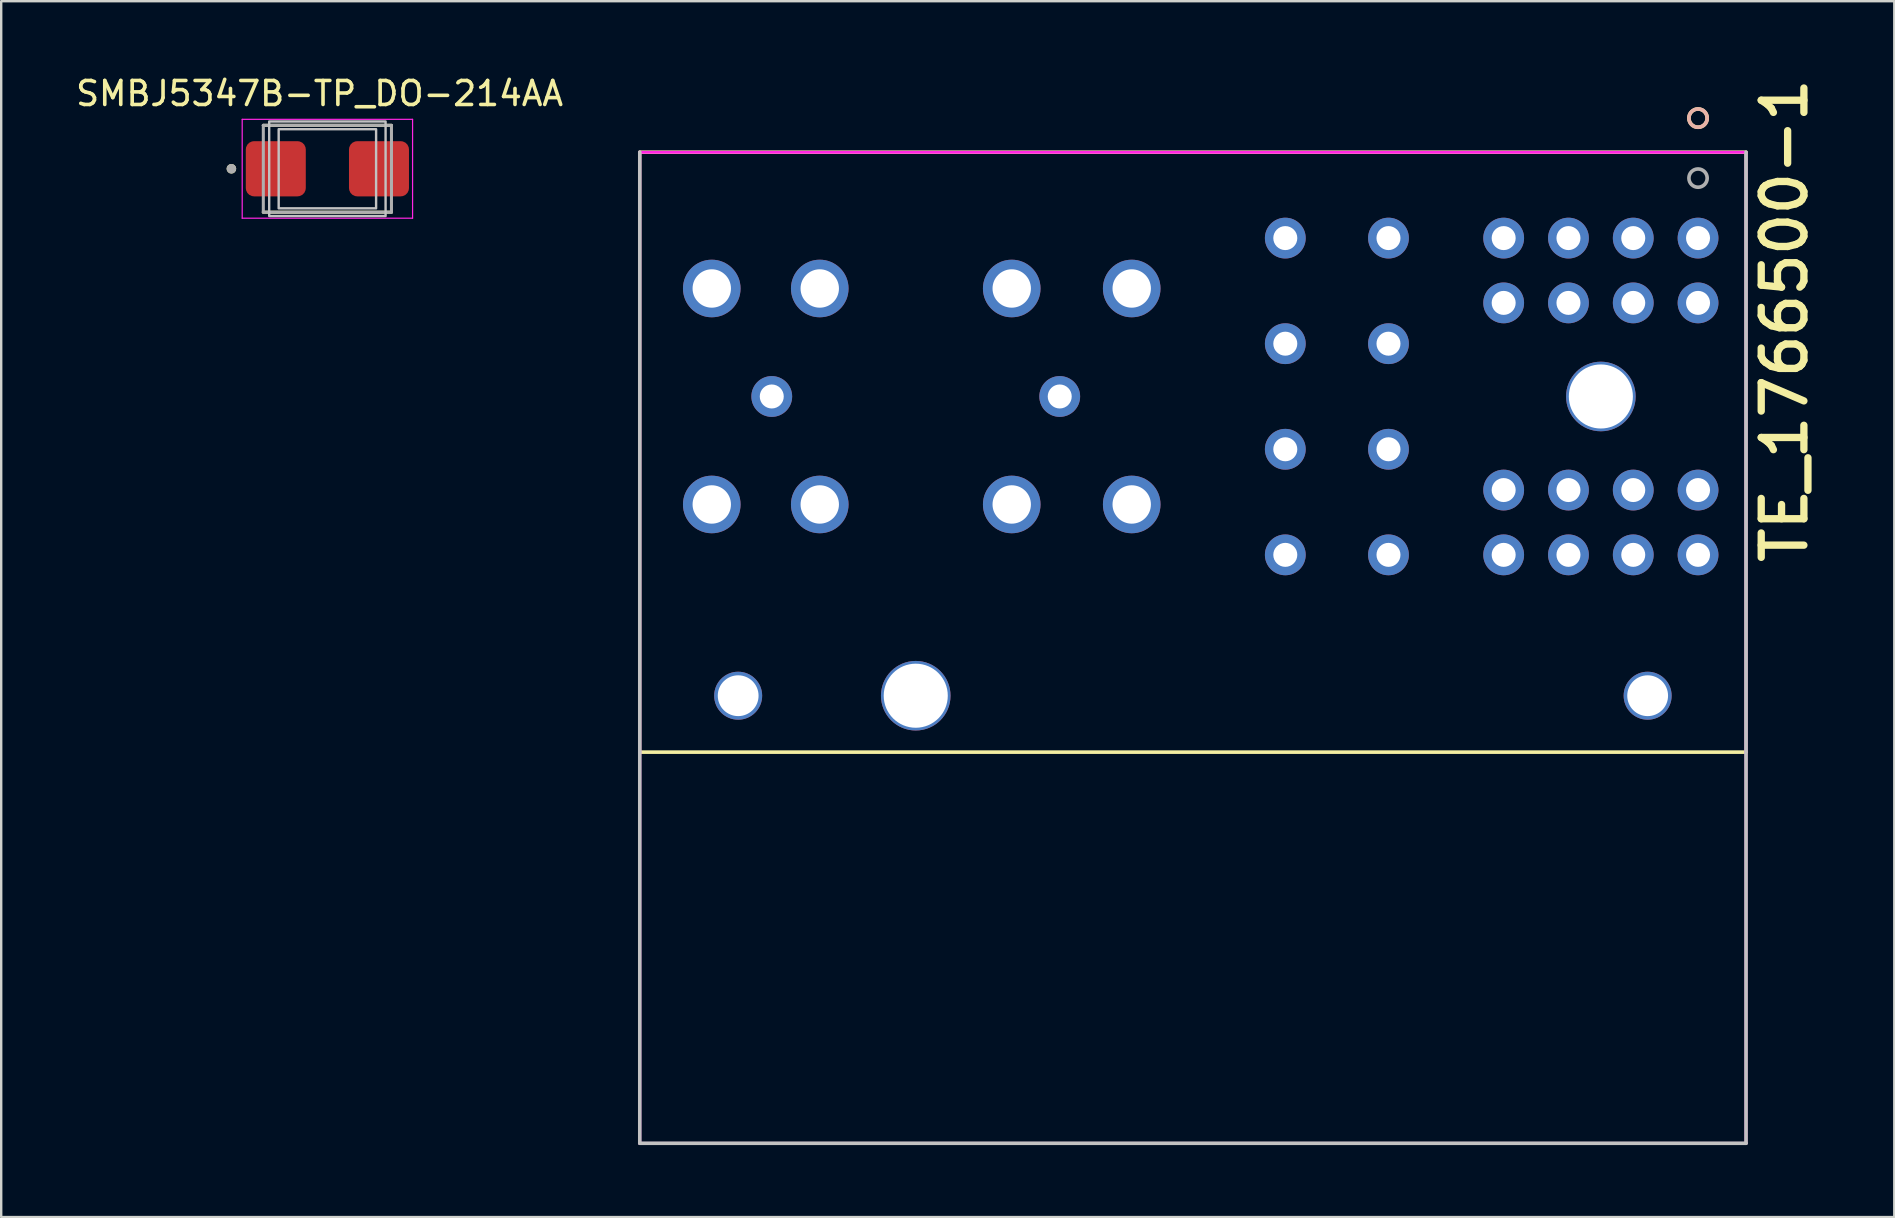
<source format=kicad_pcb>
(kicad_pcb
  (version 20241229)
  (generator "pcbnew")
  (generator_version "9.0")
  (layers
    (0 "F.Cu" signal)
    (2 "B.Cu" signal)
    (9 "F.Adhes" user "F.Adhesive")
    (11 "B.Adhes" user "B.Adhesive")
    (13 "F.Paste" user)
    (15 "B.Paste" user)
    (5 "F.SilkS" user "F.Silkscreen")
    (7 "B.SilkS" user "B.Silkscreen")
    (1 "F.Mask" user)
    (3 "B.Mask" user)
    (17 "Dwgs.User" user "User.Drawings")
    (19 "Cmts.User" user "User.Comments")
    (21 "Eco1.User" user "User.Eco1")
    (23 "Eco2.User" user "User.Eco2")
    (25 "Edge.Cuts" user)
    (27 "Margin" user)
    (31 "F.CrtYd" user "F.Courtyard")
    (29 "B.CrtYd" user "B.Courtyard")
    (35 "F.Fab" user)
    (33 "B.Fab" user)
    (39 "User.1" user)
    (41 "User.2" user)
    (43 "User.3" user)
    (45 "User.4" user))
  (footprint "SMBJ5347B-TP_DO-214AA"
    (layer "F.Cu")
    (at 10.593 3.983)
    (property "Reference" "SMBJ5347B-TP_DO-214AA" (at -0.325 -3.135 0) (layer "F.SilkS") (effects (font (size 1 1) (thickness 0.15))))
    (attr smd)
    (fp_line (start -2.67 -1.81) (end 2.67 -1.81) (stroke (width 0.127) (type solid)) (layer "F.SilkS"))
    (fp_line (start 2.67 1.81) (end -2.67 1.81) (stroke (width 0.127) (type solid)) (layer "F.SilkS"))
    (fp_circle (center -4 0) (end -3.9 0) (stroke (width 0.2) (type solid)) (fill no) (layer "F.SilkS"))
    (fp_rect (start -2.425 -1.97) (end 2.425 1.97) (stroke (width 0.1) (type default)) (fill no) (layer "Dwgs.User"))
    (fp_rect (start -2.03 -1.65) (end 2.03 1.65) (stroke (width 0.1) (type default)) (fill no) (layer "Dwgs.User"))
    (fp_line (start -3.55 -2.06) (end 3.55 -2.06) (stroke (width 0.05) (type solid)) (layer "F.CrtYd"))
    (fp_line (start -3.55 2.06) (end -3.55 -2.06) (stroke (width 0.05) (type solid)) (layer "F.CrtYd"))
    (fp_line (start 3.55 -2.06) (end 3.55 2.06) (stroke (width 0.05) (type solid)) (layer "F.CrtYd"))
    (fp_line (start 3.55 2.06) (end -3.55 2.06) (stroke (width 0.05) (type solid)) (layer "F.CrtYd"))
    (fp_line (start -2.67 -1.81) (end 2.67 -1.81) (stroke (width 0.127) (type solid)) (layer "F.Fab"))
    (fp_line (start -2.67 1.81) (end -2.67 -1.81) (stroke (width 0.127) (type solid)) (layer "F.Fab"))
    (fp_line (start 2.67 -1.81) (end 2.67 1.81) (stroke (width 0.127) (type solid)) (layer "F.Fab"))
    (fp_line (start 2.67 1.81) (end -2.67 1.81) (stroke (width 0.127) (type solid)) (layer "F.Fab"))
    (fp_circle (center -4 0) (end -3.9 0) (stroke (width 0.2) (type solid)) (fill no) (layer "F.Fab"))
    (pad "1" smd roundrect (at -2.15 0) (size 2.5 2.3) (layers "F.Cu" "F.Mask" "F.Paste") (roundrect_rratio 0.15))
    (pad "2" smd roundrect (at 2.15 0) (size 2.5 2.3) (layers "F.Cu" "F.Mask" "F.Paste") (roundrect_rratio 0.15)))
  (footprint "TE_1766500-1"
    (layer "F.Cu")
    (at 67.711 6.872)
    (property "Reference" "TE_1766500-1" (at 3.604 3.44 270) (layer "F.SilkS") (effects (font (size 1.778 1.778) (thickness 0.305))))
    (attr through_hole)
    (fp_line (start -44.1 21.42) (end -44.1 -3.58) (stroke (width 0.12) (type solid)) (layer "F.SilkS"))
    (fp_line (start 2 -3.58) (end -44.1 -3.58) (stroke (width 0.15) (type solid)) (layer "F.SilkS"))
    (fp_line (start 2 -3.58) (end 2 21.42) (stroke (width 0.12) (type solid)) (layer "F.SilkS"))
    (fp_line (start 2 21.42) (end -44.1 21.42) (stroke (width 0.15) (type solid)) (layer "F.SilkS"))
    (fp_circle (center 0 -5) (end 0.381 -5) (stroke (width 0.152) (type solid)) (fill no) (layer "F.SilkS"))
    (fp_circle (center 0 -5) (end 0.381 -5) (stroke (width 0.152) (type solid)) (fill no) (layer "B.SilkS"))
    (fp_line (start -44.1 -3.58) (end -44.1 37.72) (stroke (width 0.15) (type solid)) (layer "Dwgs.User"))
    (fp_line (start 2 -3.58) (end 2 37.72) (stroke (width 0.15) (type solid)) (layer "Dwgs.User"))
    (fp_line (start 2 37.72) (end -44.1 37.72) (stroke (width 0.15) (type solid)) (layer "Dwgs.User"))
    (fp_line (start -44.1 -3.575) (end 2 -3.575) (stroke (width 0.12) (type solid)) (layer "F.CrtYd"))
    (fp_line (start -44.1 37.725) (end -44.1 -3.575) (stroke (width 0.12) (type solid)) (layer "F.CrtYd"))
    (fp_line (start 2 -3.575) (end 2 37.725) (stroke (width 0.12) (type solid)) (layer "F.CrtYd"))
    (fp_line (start 2 37.725) (end -44.1 37.725) (stroke (width 0.12) (type solid)) (layer "F.CrtYd"))
    (fp_circle (center 0 -2.5) (end 0.381 -2.5) (stroke (width 0.152) (type solid)) (fill no) (layer "F.Fab"))
    (pad "" np_thru_hole circle (at -40 19.07) (size 2 2) (drill 1.7) (layers "*.Cu" "*.Mask"))
    (pad "" np_thru_hole circle (at -32.6 19.07) (size 2.9 2.9) (drill 2.67) (layers "*.Cu" "*.Mask"))
    (pad "" np_thru_hole circle (at -4.05 6.6) (size 2.9 2.9) (drill 2.67) (layers "*.Cu" "*.Mask"))
    (pad "" np_thru_hole circle (at -2.1 19.07) (size 2 2) (drill 1.7) (layers "*.Cu" "*.Mask"))
    (pad "1" thru_hole circle (at 0 0) (size 1.7 1.7) (drill 1) (layers "*.Cu" "*.Mask"))
    (pad "2" thru_hole circle (at 0 2.7) (size 1.7 1.7) (drill 1) (layers "*.Cu" "*.Mask"))
    (pad "3" thru_hole circle (at 0 10.5) (size 1.7 1.7) (drill 1) (layers "*.Cu" "*.Mask"))
    (pad "4" thru_hole circle (at 0 13.2) (size 1.7 1.7) (drill 1) (layers "*.Cu" "*.Mask"))
    (pad "5" thru_hole circle (at -2.7 0) (size 1.7 1.7) (drill 1) (layers "*.Cu" "*.Mask"))
    (pad "6" thru_hole circle (at -2.7 2.7) (size 1.7 1.7) (drill 1) (layers "*.Cu" "*.Mask"))
    (pad "7" thru_hole circle (at -2.7 10.5) (size 1.7 1.7) (drill 1) (layers "*.Cu" "*.Mask"))
    (pad "8" thru_hole circle (at -2.7 13.2) (size 1.7 1.7) (drill 1) (layers "*.Cu" "*.Mask"))
    (pad "9" thru_hole circle (at -5.4 0) (size 1.7 1.7) (drill 1) (layers "*.Cu" "*.Mask"))
    (pad "10" thru_hole circle (at -5.4 2.7) (size 1.7 1.7) (drill 1) (layers "*.Cu" "*.Mask"))
    (pad "11" thru_hole circle (at -5.4 10.5) (size 1.7 1.7) (drill 1) (layers "*.Cu" "*.Mask"))
    (pad "12" thru_hole circle (at -5.4 13.2) (size 1.7 1.7) (drill 1) (layers "*.Cu" "*.Mask"))
    (pad "13" thru_hole circle (at -8.1 0) (size 1.7 1.7) (drill 1) (layers "*.Cu" "*.Mask"))
    (pad "14" thru_hole circle (at -8.1 2.7) (size 1.7 1.7) (drill 1) (layers "*.Cu" "*.Mask"))
    (pad "15" thru_hole circle (at -8.1 10.5) (size 1.7 1.7) (drill 1) (layers "*.Cu" "*.Mask"))
    (pad "16" thru_hole circle (at -8.1 13.2) (size 1.7 1.7) (drill 1) (layers "*.Cu" "*.Mask"))
    (pad "17" thru_hole circle (at -12.9 0) (size 1.7 1.7) (drill 1) (layers "*.Cu" "*.Mask"))
    (pad "18" thru_hole circle (at -12.9 4.4) (size 1.7 1.7) (drill 1) (layers "*.Cu" "*.Mask"))
    (pad "19" thru_hole circle (at -12.9 8.8) (size 1.7 1.7) (drill 1) (layers "*.Cu" "*.Mask"))
    (pad "20" thru_hole circle (at -12.9 13.2) (size 1.7 1.7) (drill 1) (layers "*.Cu" "*.Mask"))
    (pad "21" thru_hole circle (at -17.2 0) (size 1.7 1.7) (drill 1) (layers "*.Cu" "*.Mask"))
    (pad "22" thru_hole circle (at -17.2 4.4) (size 1.7 1.7) (drill 1) (layers "*.Cu" "*.Mask"))
    (pad "23" thru_hole circle (at -17.2 8.8) (size 1.7 1.7) (drill 1) (layers "*.Cu" "*.Mask"))
    (pad "24" thru_hole circle (at -17.2 13.2) (size 1.7 1.7) (drill 1) (layers "*.Cu" "*.Mask"))
    (pad "25" thru_hole circle (at -23.6 2.1) (size 2.4 2.4) (drill 1.6) (layers "*.Cu" "*.Mask"))
    (pad "26" thru_hole circle (at -23.6 11.1) (size 2.4 2.4) (drill 1.6) (layers "*.Cu" "*.Mask"))
    (pad "27" thru_hole circle (at -26.6 6.6) (size 1.7 1.7) (drill 1) (layers "*.Cu" "*.Mask"))
    (pad "28" thru_hole circle (at -28.6 2.1) (size 2.4 2.4) (drill 1.6) (layers "*.Cu" "*.Mask"))
    (pad "29" thru_hole circle (at -28.6 11.1) (size 2.4 2.4) (drill 1.6) (layers "*.Cu" "*.Mask"))
    (pad "30" thru_hole circle (at -36.6 2.1) (size 2.4 2.4) (drill 1.6) (layers "*.Cu" "*.Mask"))
    (pad "31" thru_hole circle (at -36.6 11.1) (size 2.4 2.4) (drill 1.6) (layers "*.Cu" "*.Mask"))
    (pad "32" thru_hole circle (at -38.6 6.6) (size 1.7 1.7) (drill 1) (layers "*.Cu" "*.Mask"))
    (pad "33" thru_hole circle (at -41.1 2.1) (size 2.4 2.4) (drill 1.6) (layers "*.Cu" "*.Mask"))
    (pad "34" thru_hole circle (at -41.1 11.1) (size 2.4 2.4) (drill 1.6) (layers "*.Cu" "*.Mask")))
  (gr_rect
    (start -3 -3)
    (end 75.889 47.667)
    (stroke (width 0.1) (type default))
    (fill no)
    (layer "Edge.Cuts")))
</source>
